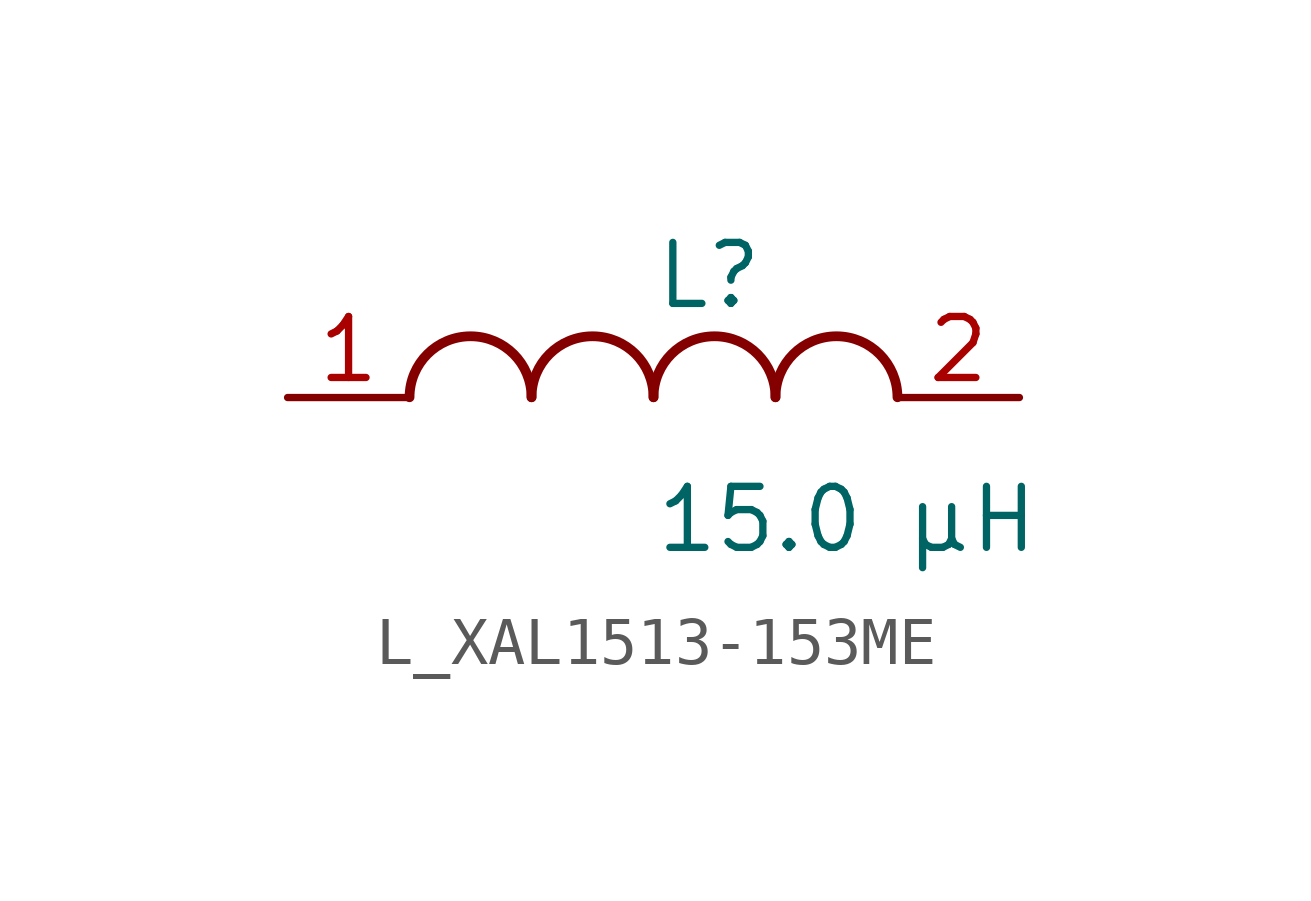
<source format=kicad_sym>
(kicad_symbol_lib
  (version 20231120)
  (generator kicad_symbol_editor)
  (generator_version 8.0)
  (symbol "L_XAL1513-153ME"
    (pin_names
      (offset 0.254))
    (property "Reference" "L"
      (at 0 2.54 0)
      (effects (font (size 1.27 1.27)) (justify left)))
    (property "Value" "15.0 µH"
      (at 0 -2.54 0)
      (effects (font (size 1.27 1.27)) (justify left)))
    (symbol "L_XAL1513-153ME_1_1"
      (arc (start -2.54 0.0056) (mid -3.81 1.27) (end -5.08 0.0056) (stroke (width 0.2032) (type default)) (fill (type none)))
      (arc (start 0 0.0056) (mid -1.27 1.27) (end -2.54 0.0056) (stroke (width 0.2032) (type default)) (fill (type none)))
      (arc (start 2.54 0.0056) (mid 1.27 1.27) (end 0 0.0056) (stroke (width 0.2032) (type default)) (fill (type none)))
      (arc (start 5.08 0.0056) (mid 3.81 1.27) (end 2.54 0.0056) (stroke (width 0.2032) (type default)) (fill (type none)))
      (pin unspecified line (at -7.62 0 0) (length 2.54) (name "" (effects (font (size 1.27 1.27)))) (number "1" (effects (font (size 1.27 1.27)))))
      (pin unspecified line (at 7.62 0 180) (length 2.54) (name "" (effects (font (size 1.27 1.27)))) (number "2" (effects (font (size 1.27 1.27))))))))
</source>
